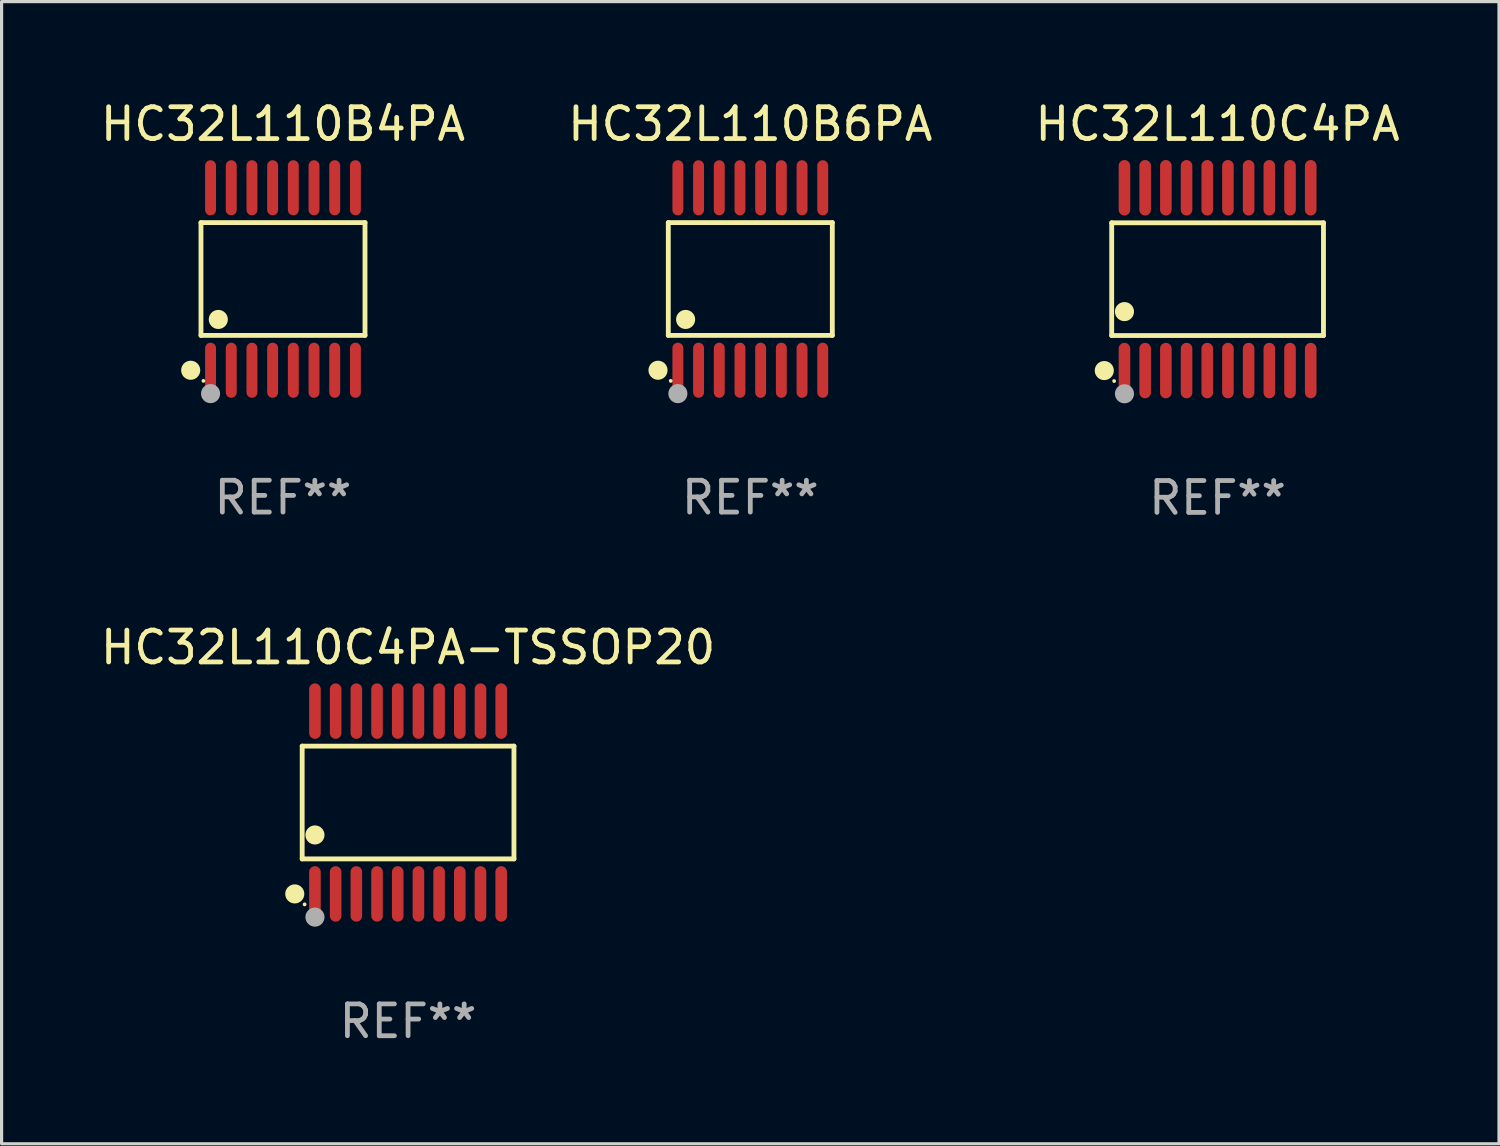
<source format=kicad_pcb>
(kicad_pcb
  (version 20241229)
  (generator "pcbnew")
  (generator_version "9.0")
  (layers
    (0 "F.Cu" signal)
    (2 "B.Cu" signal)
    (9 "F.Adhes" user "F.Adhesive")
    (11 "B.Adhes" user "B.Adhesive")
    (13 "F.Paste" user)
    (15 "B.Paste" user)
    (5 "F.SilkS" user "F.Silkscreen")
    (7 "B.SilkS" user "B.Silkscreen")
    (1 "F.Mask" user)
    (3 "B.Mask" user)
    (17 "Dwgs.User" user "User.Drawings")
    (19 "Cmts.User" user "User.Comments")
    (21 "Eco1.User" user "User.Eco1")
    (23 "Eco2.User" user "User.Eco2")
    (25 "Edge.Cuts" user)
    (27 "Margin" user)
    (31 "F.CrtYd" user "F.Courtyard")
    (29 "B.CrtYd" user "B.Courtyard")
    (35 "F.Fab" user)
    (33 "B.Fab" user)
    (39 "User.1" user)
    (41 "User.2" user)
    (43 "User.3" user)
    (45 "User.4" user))
  (footprint "HC32L110B6PA"
    (layer "F.Cu")
    (at 20.518 5.714)
    (property "Reference" "HC32L110B6PA" (at 0 -4.866 0) (layer "F.SilkS") (effects (font (size 1 1) (thickness 0.15))))
    (attr through_hole)
    (fp_line (start -2.576 -1.772) (end 2.576 -1.772) (stroke (width 0.152) (type solid)) (layer "F.SilkS"))
    (fp_line (start -2.576 1.771) (end -2.576 -1.772) (stroke (width 0.152) (type solid)) (layer "F.SilkS"))
    (fp_line (start 2.576 -1.772) (end 2.576 1.771) (stroke (width 0.152) (type solid)) (layer "F.SilkS"))
    (fp_line (start 2.576 1.771) (end -2.576 1.771) (stroke (width 0.152) (type solid)) (layer "F.SilkS"))
    (fp_circle (center -2.899 2.866) (end -2.749 2.866) (stroke (width 0.3) (type solid)) (fill no) (layer "F.SilkS"))
    (fp_circle (center -2.5 3.2) (end -2.47 3.2) (stroke (width 0.06) (type solid)) (fill no) (layer "F.SilkS"))
    (fp_circle (center -2.032 1.27) (end -1.882 1.27) (stroke (width 0.3) (type solid)) (fill no) (layer "F.SilkS"))
    (fp_circle (center -2.275 3.6) (end -2.125 3.6) (stroke (width 0.3) (type solid)) (fill no) (layer "F.Fab"))
    (fp_text user "REF**" (at 0 6.866 0) (layer "F.Fab") (effects (font (size 1 1) (thickness 0.15))))
    (pad "1" smd oval (at -2.275 2.866) (size 0.343 1.731) (layers "F.Cu" "F.Mask" "F.Paste"))
    (pad "2" smd oval (at -1.625 2.866) (size 0.343 1.731) (layers "F.Cu" "F.Mask" "F.Paste"))
    (pad "3" smd oval (at -0.975 2.866) (size 0.343 1.731) (layers "F.Cu" "F.Mask" "F.Paste"))
    (pad "4" smd oval (at -0.325 2.866) (size 0.343 1.731) (layers "F.Cu" "F.Mask" "F.Paste"))
    (pad "5" smd oval (at 0.325 2.866) (size 0.343 1.731) (layers "F.Cu" "F.Mask" "F.Paste"))
    (pad "6" smd oval (at 0.975 2.866) (size 0.343 1.731) (layers "F.Cu" "F.Mask" "F.Paste"))
    (pad "7" smd oval (at 1.625 2.866) (size 0.343 1.731) (layers "F.Cu" "F.Mask" "F.Paste"))
    (pad "8" smd oval (at 2.275 2.866) (size 0.343 1.731) (layers "F.Cu" "F.Mask" "F.Paste"))
    (pad "9" smd oval (at 2.275 -2.866) (size 0.343 1.731) (layers "F.Cu" "F.Mask" "F.Paste"))
    (pad "10" smd oval (at 1.625 -2.866) (size 0.343 1.731) (layers "F.Cu" "F.Mask" "F.Paste"))
    (pad "11" smd oval (at 0.975 -2.866) (size 0.343 1.731) (layers "F.Cu" "F.Mask" "F.Paste"))
    (pad "12" smd oval (at 0.325 -2.866) (size 0.343 1.731) (layers "F.Cu" "F.Mask" "F.Paste"))
    (pad "13" smd oval (at -0.325 -2.866) (size 0.343 1.731) (layers "F.Cu" "F.Mask" "F.Paste"))
    (pad "14" smd oval (at -0.975 -2.866) (size 0.343 1.731) (layers "F.Cu" "F.Mask" "F.Paste"))
    (pad "15" smd oval (at -1.625 -2.866) (size 0.343 1.731) (layers "F.Cu" "F.Mask" "F.Paste"))
    (pad "16" smd oval (at -2.275 -2.866) (size 0.343 1.731) (layers "F.Cu" "F.Mask" "F.Paste")))
  (footprint "HC32L110C4PA-TSSOP20"
    (layer "F.Cu")
    (at 9.768 22.158)
    (property "Reference" "HC32L110C4PA-TSSOP20" (at 0 -4.871 0) (layer "F.SilkS") (effects (font (size 1 1) (thickness 0.15))))
    (attr through_hole)
    (fp_line (start -3.326 -1.771) (end 3.326 -1.771) (stroke (width 0.152) (type solid)) (layer "F.SilkS"))
    (fp_line (start -3.326 1.771) (end -3.326 -1.771) (stroke (width 0.152) (type solid)) (layer "F.SilkS"))
    (fp_line (start 3.326 -1.771) (end 3.326 1.771) (stroke (width 0.152) (type solid)) (layer "F.SilkS"))
    (fp_line (start 3.326 1.771) (end -3.326 1.771) (stroke (width 0.152) (type solid)) (layer "F.SilkS"))
    (fp_circle (center -3.559 2.871) (end -3.409 2.871) (stroke (width 0.3) (type solid)) (fill no) (layer "F.SilkS"))
    (fp_circle (center -3.25 3.2) (end -3.22 3.2) (stroke (width 0.06) (type solid)) (fill no) (layer "F.SilkS"))
    (fp_circle (center -2.925 1.019) (end -2.775 1.019) (stroke (width 0.3) (type solid)) (fill no) (layer "F.SilkS"))
    (fp_circle (center -2.925 3.6) (end -2.775 3.6) (stroke (width 0.3) (type solid)) (fill no) (layer "F.Fab"))
    (fp_text user "REF**" (at 0 6.871 0) (layer "F.Fab") (effects (font (size 1 1) (thickness 0.15))))
    (pad "1" smd oval (at -2.925 2.871) (size 0.364 1.742) (layers "F.Cu" "F.Mask" "F.Paste"))
    (pad "2" smd oval (at -2.275 2.871) (size 0.364 1.742) (layers "F.Cu" "F.Mask" "F.Paste"))
    (pad "3" smd oval (at -1.625 2.871) (size 0.364 1.742) (layers "F.Cu" "F.Mask" "F.Paste"))
    (pad "4" smd oval (at -0.975 2.871) (size 0.364 1.742) (layers "F.Cu" "F.Mask" "F.Paste"))
    (pad "5" smd oval (at -0.325 2.871) (size 0.364 1.742) (layers "F.Cu" "F.Mask" "F.Paste"))
    (pad "6" smd oval (at 0.325 2.871) (size 0.364 1.742) (layers "F.Cu" "F.Mask" "F.Paste"))
    (pad "7" smd oval (at 0.975 2.871) (size 0.364 1.742) (layers "F.Cu" "F.Mask" "F.Paste"))
    (pad "8" smd oval (at 1.625 2.871) (size 0.364 1.742) (layers "F.Cu" "F.Mask" "F.Paste"))
    (pad "9" smd oval (at 2.275 2.871) (size 0.364 1.742) (layers "F.Cu" "F.Mask" "F.Paste"))
    (pad "10" smd oval (at 2.925 2.871) (size 0.364 1.742) (layers "F.Cu" "F.Mask" "F.Paste"))
    (pad "11" smd oval (at 2.925 -2.871) (size 0.364 1.742) (layers "F.Cu" "F.Mask" "F.Paste"))
    (pad "12" smd oval (at 2.275 -2.871) (size 0.364 1.742) (layers "F.Cu" "F.Mask" "F.Paste"))
    (pad "13" smd oval (at 1.625 -2.871) (size 0.364 1.742) (layers "F.Cu" "F.Mask" "F.Paste"))
    (pad "14" smd oval (at 0.975 -2.871) (size 0.364 1.742) (layers "F.Cu" "F.Mask" "F.Paste"))
    (pad "15" smd oval (at 0.325 -2.871) (size 0.364 1.742) (layers "F.Cu" "F.Mask" "F.Paste"))
    (pad "16" smd oval (at -0.325 -2.871) (size 0.364 1.742) (layers "F.Cu" "F.Mask" "F.Paste"))
    (pad "17" smd oval (at -0.975 -2.871) (size 0.364 1.742) (layers "F.Cu" "F.Mask" "F.Paste"))
    (pad "18" smd oval (at -1.625 -2.871) (size 0.364 1.742) (layers "F.Cu" "F.Mask" "F.Paste"))
    (pad "19" smd oval (at -2.275 -2.871) (size 0.364 1.742) (layers "F.Cu" "F.Mask" "F.Paste"))
    (pad "20" smd oval (at -2.925 -2.871) (size 0.364 1.742) (layers "F.Cu" "F.Mask" "F.Paste")))
  (footprint "HC32L110B4PA"
    (layer "F.Cu")
    (at 5.839 5.714)
    (property "Reference" "HC32L110B4PA" (at 0 -4.866 0) (layer "F.SilkS") (effects (font (size 1 1) (thickness 0.15))))
    (attr through_hole)
    (fp_line (start -2.576 -1.772) (end 2.576 -1.772) (stroke (width 0.152) (type solid)) (layer "F.SilkS"))
    (fp_line (start -2.576 1.771) (end -2.576 -1.772) (stroke (width 0.152) (type solid)) (layer "F.SilkS"))
    (fp_line (start 2.576 -1.772) (end 2.576 1.771) (stroke (width 0.152) (type solid)) (layer "F.SilkS"))
    (fp_line (start 2.576 1.771) (end -2.576 1.771) (stroke (width 0.152) (type solid)) (layer "F.SilkS"))
    (fp_circle (center -2.899 2.866) (end -2.749 2.866) (stroke (width 0.3) (type solid)) (fill no) (layer "F.SilkS"))
    (fp_circle (center -2.5 3.2) (end -2.47 3.2) (stroke (width 0.06) (type solid)) (fill no) (layer "F.SilkS"))
    (fp_circle (center -2.032 1.27) (end -1.882 1.27) (stroke (width 0.3) (type solid)) (fill no) (layer "F.SilkS"))
    (fp_circle (center -2.275 3.6) (end -2.125 3.6) (stroke (width 0.3) (type solid)) (fill no) (layer "F.Fab"))
    (fp_text user "REF**" (at 0 6.866 0) (layer "F.Fab") (effects (font (size 1 1) (thickness 0.15))))
    (pad "1" smd oval (at -2.275 2.866) (size 0.343 1.731) (layers "F.Cu" "F.Mask" "F.Paste"))
    (pad "2" smd oval (at -1.625 2.866) (size 0.343 1.731) (layers "F.Cu" "F.Mask" "F.Paste"))
    (pad "3" smd oval (at -0.975 2.866) (size 0.343 1.731) (layers "F.Cu" "F.Mask" "F.Paste"))
    (pad "4" smd oval (at -0.325 2.866) (size 0.343 1.731) (layers "F.Cu" "F.Mask" "F.Paste"))
    (pad "5" smd oval (at 0.325 2.866) (size 0.343 1.731) (layers "F.Cu" "F.Mask" "F.Paste"))
    (pad "6" smd oval (at 0.975 2.866) (size 0.343 1.731) (layers "F.Cu" "F.Mask" "F.Paste"))
    (pad "7" smd oval (at 1.625 2.866) (size 0.343 1.731) (layers "F.Cu" "F.Mask" "F.Paste"))
    (pad "8" smd oval (at 2.275 2.866) (size 0.343 1.731) (layers "F.Cu" "F.Mask" "F.Paste"))
    (pad "9" smd oval (at 2.275 -2.866) (size 0.343 1.731) (layers "F.Cu" "F.Mask" "F.Paste"))
    (pad "10" smd oval (at 1.625 -2.866) (size 0.343 1.731) (layers "F.Cu" "F.Mask" "F.Paste"))
    (pad "11" smd oval (at 0.975 -2.866) (size 0.343 1.731) (layers "F.Cu" "F.Mask" "F.Paste"))
    (pad "12" smd oval (at 0.325 -2.866) (size 0.343 1.731) (layers "F.Cu" "F.Mask" "F.Paste"))
    (pad "13" smd oval (at -0.325 -2.866) (size 0.343 1.731) (layers "F.Cu" "F.Mask" "F.Paste"))
    (pad "14" smd oval (at -0.975 -2.866) (size 0.343 1.731) (layers "F.Cu" "F.Mask" "F.Paste"))
    (pad "15" smd oval (at -1.625 -2.866) (size 0.343 1.731) (layers "F.Cu" "F.Mask" "F.Paste"))
    (pad "16" smd oval (at -2.275 -2.866) (size 0.343 1.731) (layers "F.Cu" "F.Mask" "F.Paste")))
  (footprint "HC32L110C4PA"
    (layer "F.Cu")
    (at 35.196 5.719)
    (property "Reference" "HC32L110C4PA" (at 0 -4.871 0) (layer "F.SilkS") (effects (font (size 1 1) (thickness 0.15))))
    (attr through_hole)
    (fp_line (start -3.326 -1.771) (end 3.326 -1.771) (stroke (width 0.152) (type solid)) (layer "F.SilkS"))
    (fp_line (start -3.326 1.771) (end -3.326 -1.771) (stroke (width 0.152) (type solid)) (layer "F.SilkS"))
    (fp_line (start 3.326 -1.771) (end 3.326 1.771) (stroke (width 0.152) (type solid)) (layer "F.SilkS"))
    (fp_line (start 3.326 1.771) (end -3.326 1.771) (stroke (width 0.152) (type solid)) (layer "F.SilkS"))
    (fp_circle (center -3.559 2.871) (end -3.409 2.871) (stroke (width 0.3) (type solid)) (fill no) (layer "F.SilkS"))
    (fp_circle (center -3.25 3.2) (end -3.22 3.2) (stroke (width 0.06) (type solid)) (fill no) (layer "F.SilkS"))
    (fp_circle (center -2.925 1.019) (end -2.775 1.019) (stroke (width 0.3) (type solid)) (fill no) (layer "F.SilkS"))
    (fp_circle (center -2.925 3.6) (end -2.775 3.6) (stroke (width 0.3) (type solid)) (fill no) (layer "F.Fab"))
    (fp_text user "REF**" (at 0 6.871 0) (layer "F.Fab") (effects (font (size 1 1) (thickness 0.15))))
    (pad "1" smd oval (at -2.925 2.871) (size 0.364 1.742) (layers "F.Cu" "F.Mask" "F.Paste"))
    (pad "2" smd oval (at -2.275 2.871) (size 0.364 1.742) (layers "F.Cu" "F.Mask" "F.Paste"))
    (pad "3" smd oval (at -1.625 2.871) (size 0.364 1.742) (layers "F.Cu" "F.Mask" "F.Paste"))
    (pad "4" smd oval (at -0.975 2.871) (size 0.364 1.742) (layers "F.Cu" "F.Mask" "F.Paste"))
    (pad "5" smd oval (at -0.325 2.871) (size 0.364 1.742) (layers "F.Cu" "F.Mask" "F.Paste"))
    (pad "6" smd oval (at 0.325 2.871) (size 0.364 1.742) (layers "F.Cu" "F.Mask" "F.Paste"))
    (pad "7" smd oval (at 0.975 2.871) (size 0.364 1.742) (layers "F.Cu" "F.Mask" "F.Paste"))
    (pad "8" smd oval (at 1.625 2.871) (size 0.364 1.742) (layers "F.Cu" "F.Mask" "F.Paste"))
    (pad "9" smd oval (at 2.275 2.871) (size 0.364 1.742) (layers "F.Cu" "F.Mask" "F.Paste"))
    (pad "10" smd oval (at 2.925 2.871) (size 0.364 1.742) (layers "F.Cu" "F.Mask" "F.Paste"))
    (pad "11" smd oval (at 2.925 -2.871) (size 0.364 1.742) (layers "F.Cu" "F.Mask" "F.Paste"))
    (pad "12" smd oval (at 2.275 -2.871) (size 0.364 1.742) (layers "F.Cu" "F.Mask" "F.Paste"))
    (pad "13" smd oval (at 1.625 -2.871) (size 0.364 1.742) (layers "F.Cu" "F.Mask" "F.Paste"))
    (pad "14" smd oval (at 0.975 -2.871) (size 0.364 1.742) (layers "F.Cu" "F.Mask" "F.Paste"))
    (pad "15" smd oval (at 0.325 -2.871) (size 0.364 1.742) (layers "F.Cu" "F.Mask" "F.Paste"))
    (pad "16" smd oval (at -0.325 -2.871) (size 0.364 1.742) (layers "F.Cu" "F.Mask" "F.Paste"))
    (pad "17" smd oval (at -0.975 -2.871) (size 0.364 1.742) (layers "F.Cu" "F.Mask" "F.Paste"))
    (pad "18" smd oval (at -1.625 -2.871) (size 0.364 1.742) (layers "F.Cu" "F.Mask" "F.Paste"))
    (pad "19" smd oval (at -2.275 -2.871) (size 0.364 1.742) (layers "F.Cu" "F.Mask" "F.Paste"))
    (pad "20" smd oval (at -2.925 -2.871) (size 0.364 1.742) (layers "F.Cu" "F.Mask" "F.Paste")))
  (gr_rect
    (start -3 -3)
    (end 44.036 32.877)
    (stroke (width 0.1) (type default))
    (fill no)
    (layer "Edge.Cuts")))
</source>
